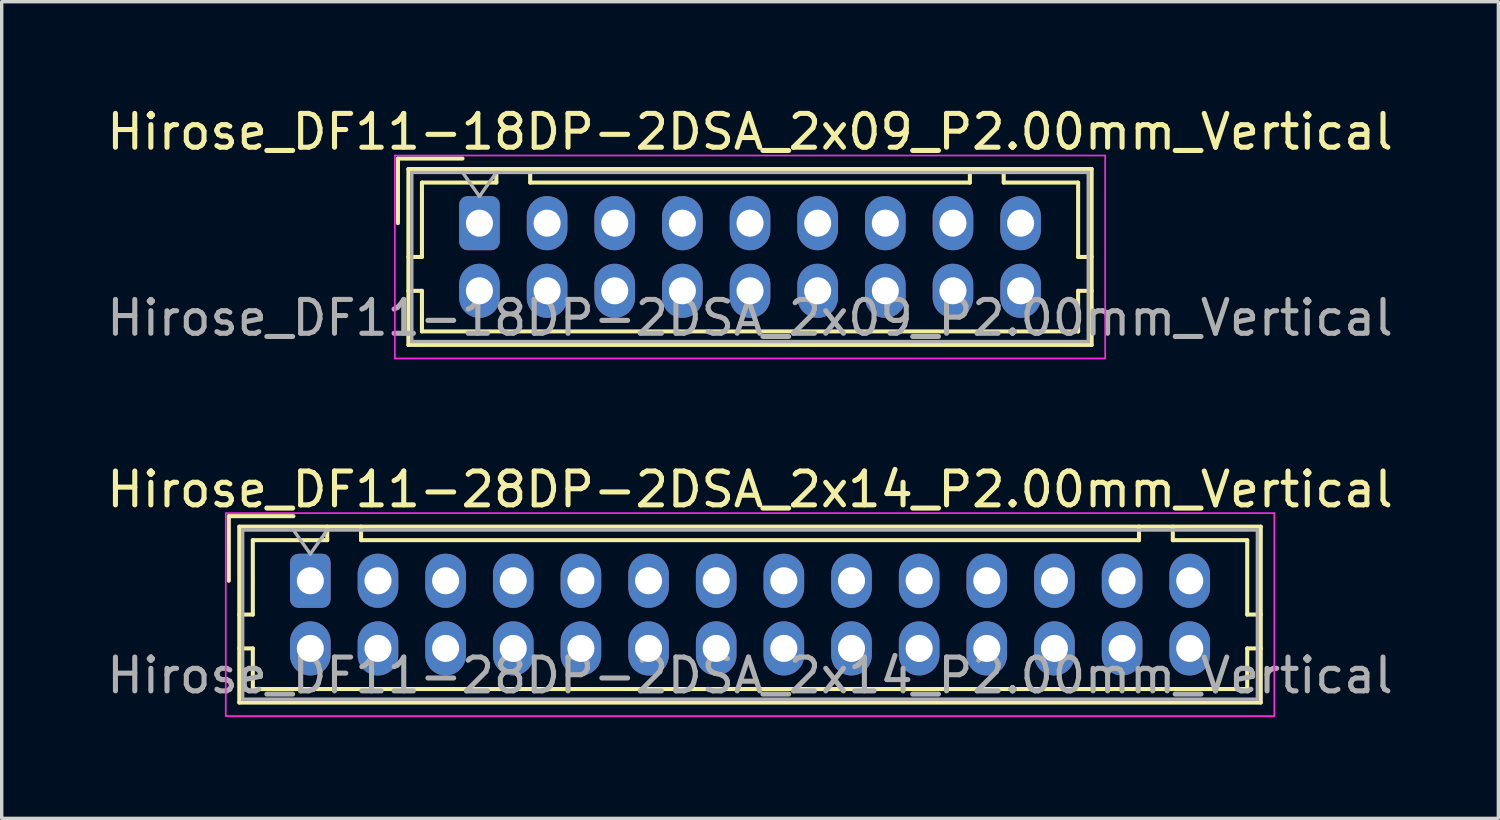
<source format=kicad_pcb>
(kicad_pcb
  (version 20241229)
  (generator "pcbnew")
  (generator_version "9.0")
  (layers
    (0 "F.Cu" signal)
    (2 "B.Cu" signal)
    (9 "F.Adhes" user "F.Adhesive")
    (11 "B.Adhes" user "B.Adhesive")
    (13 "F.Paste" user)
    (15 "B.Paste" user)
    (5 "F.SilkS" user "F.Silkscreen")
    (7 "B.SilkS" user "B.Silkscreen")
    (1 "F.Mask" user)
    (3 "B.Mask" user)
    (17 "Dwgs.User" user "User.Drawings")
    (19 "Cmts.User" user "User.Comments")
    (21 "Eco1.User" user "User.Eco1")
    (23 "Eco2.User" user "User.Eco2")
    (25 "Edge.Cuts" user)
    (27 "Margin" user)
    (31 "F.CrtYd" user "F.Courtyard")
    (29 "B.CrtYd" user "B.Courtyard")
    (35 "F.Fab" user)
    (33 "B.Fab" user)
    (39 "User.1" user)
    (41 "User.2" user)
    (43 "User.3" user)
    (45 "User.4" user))
  (footprint "Hirose_DF11-18DP-2DSA_2x09_P2.00mm_Vertical"
    (layer "F.Cu")
    (at 11.125 3.548)
    (property "Reference" "Hirose_DF11-18DP-2DSA_2x09_P2.00mm_Vertical" (at 8 -2.7 0) (layer "F.SilkS") (effects (font (size 1 1) (thickness 0.15))))
    (attr through_hole)
    (fp_line (start -2.41 -1.91) (end -0.5 -1.91) (stroke (width 0.12) (type solid)) (layer "F.SilkS"))
    (fp_line (start -2.41 0) (end -2.41 -1.91) (stroke (width 0.12) (type solid)) (layer "F.SilkS"))
    (fp_line (start -2.1 -1.6) (end -2.1 3.6) (stroke (width 0.12) (type solid)) (layer "F.SilkS"))
    (fp_line (start -2.1 1) (end -1.7 1) (stroke (width 0.12) (type solid)) (layer "F.SilkS"))
    (fp_line (start -2.1 2) (end -1.7 2) (stroke (width 0.12) (type solid)) (layer "F.SilkS"))
    (fp_line (start -2.1 3.6) (end 18.1 3.6) (stroke (width 0.12) (type solid)) (layer "F.SilkS"))
    (fp_line (start -1.7 -1.2) (end 0.5 -1.2) (stroke (width 0.12) (type solid)) (layer "F.SilkS"))
    (fp_line (start -1.7 1) (end -1.7 -1.2) (stroke (width 0.12) (type solid)) (layer "F.SilkS"))
    (fp_line (start -1.7 2) (end -1.7 3.2) (stroke (width 0.12) (type solid)) (layer "F.SilkS"))
    (fp_line (start -1.7 3.2) (end 17.7 3.2) (stroke (width 0.12) (type solid)) (layer "F.SilkS"))
    (fp_line (start 0.5 -1.2) (end 0.5 -1.6) (stroke (width 0.12) (type solid)) (layer "F.SilkS"))
    (fp_line (start 1.5 -1.6) (end 1.5 -1.2) (stroke (width 0.12) (type solid)) (layer "F.SilkS"))
    (fp_line (start 1.5 -1.2) (end 14.5 -1.2) (stroke (width 0.12) (type solid)) (layer "F.SilkS"))
    (fp_line (start 14.5 -1.2) (end 14.5 -1.6) (stroke (width 0.12) (type solid)) (layer "F.SilkS"))
    (fp_line (start 15.5 -1.2) (end 15.5 -1.6) (stroke (width 0.12) (type solid)) (layer "F.SilkS"))
    (fp_line (start 17.7 -1.2) (end 15.5 -1.2) (stroke (width 0.12) (type solid)) (layer "F.SilkS"))
    (fp_line (start 17.7 1) (end 17.7 -1.2) (stroke (width 0.12) (type solid)) (layer "F.SilkS"))
    (fp_line (start 17.7 2) (end 18.1 2) (stroke (width 0.12) (type solid)) (layer "F.SilkS"))
    (fp_line (start 17.7 3.2) (end 17.7 2) (stroke (width 0.12) (type solid)) (layer "F.SilkS"))
    (fp_line (start 18.1 -1.6) (end -2.1 -1.6) (stroke (width 0.12) (type solid)) (layer "F.SilkS"))
    (fp_line (start 18.1 1) (end 17.7 1) (stroke (width 0.12) (type solid)) (layer "F.SilkS"))
    (fp_line (start 18.1 3.6) (end 18.1 -1.6) (stroke (width 0.12) (type solid)) (layer "F.SilkS"))
    (fp_line (start -2.5 -2) (end -2.5 4) (stroke (width 0.05) (type solid)) (layer "F.CrtYd"))
    (fp_line (start -2.5 4) (end 18.5 4) (stroke (width 0.05) (type solid)) (layer "F.CrtYd"))
    (fp_line (start 18.5 -2) (end -2.5 -2) (stroke (width 0.05) (type solid)) (layer "F.CrtYd"))
    (fp_line (start 18.5 4) (end 18.5 -2) (stroke (width 0.05) (type solid)) (layer "F.CrtYd"))
    (fp_line (start -2 -1.5) (end -2 3.5) (stroke (width 0.1) (type solid)) (layer "F.Fab"))
    (fp_line (start -2 3.5) (end 18 3.5) (stroke (width 0.1) (type solid)) (layer "F.Fab"))
    (fp_line (start -0.5 -1.5) (end 0 -0.793) (stroke (width 0.1) (type solid)) (layer "F.Fab"))
    (fp_line (start 0 -0.793) (end 0.5 -1.5) (stroke (width 0.1) (type solid)) (layer "F.Fab"))
    (fp_line (start 18 -1.5) (end -2 -1.5) (stroke (width 0.1) (type solid)) (layer "F.Fab"))
    (fp_line (start 18 3.5) (end 18 -1.5) (stroke (width 0.1) (type solid)) (layer "F.Fab"))
    (fp_text user "${REFERENCE}" (at 8 2.8 0) (layer "F.Fab") (effects (font (size 1 1) (thickness 0.15))))
    (pad "1" thru_hole roundrect (at 0 0) (size 1.2 1.6) (drill 0.8) (layers "*.Cu" "*.Mask") (roundrect_rratio 0.208))
    (pad "2" thru_hole oval (at 0 2) (size 1.2 1.6) (drill 0.8) (layers "*.Cu" "*.Mask"))
    (pad "3" thru_hole oval (at 2 0) (size 1.2 1.6) (drill 0.8) (layers "*.Cu" "*.Mask"))
    (pad "4" thru_hole oval (at 2 2) (size 1.2 1.6) (drill 0.8) (layers "*.Cu" "*.Mask"))
    (pad "5" thru_hole oval (at 4 0) (size 1.2 1.6) (drill 0.8) (layers "*.Cu" "*.Mask"))
    (pad "6" thru_hole oval (at 4 2) (size 1.2 1.6) (drill 0.8) (layers "*.Cu" "*.Mask"))
    (pad "7" thru_hole oval (at 6 0) (size 1.2 1.6) (drill 0.8) (layers "*.Cu" "*.Mask"))
    (pad "8" thru_hole oval (at 6 2) (size 1.2 1.6) (drill 0.8) (layers "*.Cu" "*.Mask"))
    (pad "9" thru_hole oval (at 8 0) (size 1.2 1.6) (drill 0.8) (layers "*.Cu" "*.Mask"))
    (pad "10" thru_hole oval (at 8 2) (size 1.2 1.6) (drill 0.8) (layers "*.Cu" "*.Mask"))
    (pad "11" thru_hole oval (at 10 0) (size 1.2 1.6) (drill 0.8) (layers "*.Cu" "*.Mask"))
    (pad "12" thru_hole oval (at 10 2) (size 1.2 1.6) (drill 0.8) (layers "*.Cu" "*.Mask"))
    (pad "13" thru_hole oval (at 12 0) (size 1.2 1.6) (drill 0.8) (layers "*.Cu" "*.Mask"))
    (pad "14" thru_hole oval (at 12 2) (size 1.2 1.6) (drill 0.8) (layers "*.Cu" "*.Mask"))
    (pad "15" thru_hole oval (at 14 0) (size 1.2 1.6) (drill 0.8) (layers "*.Cu" "*.Mask"))
    (pad "16" thru_hole oval (at 14 2) (size 1.2 1.6) (drill 0.8) (layers "*.Cu" "*.Mask"))
    (pad "17" thru_hole oval (at 16 0) (size 1.2 1.6) (drill 0.8) (layers "*.Cu" "*.Mask"))
    (pad "18" thru_hole oval (at 16 2) (size 1.2 1.6) (drill 0.8) (layers "*.Cu" "*.Mask")))
  (footprint "Hirose_DF11-28DP-2DSA_2x14_P2.00mm_Vertical"
    (layer "F.Cu")
    (at 6.125 14.121)
    (property "Reference" "Hirose_DF11-28DP-2DSA_2x14_P2.00mm_Vertical" (at 13 -2.7 0) (layer "F.SilkS") (effects (font (size 1 1) (thickness 0.15))))
    (attr through_hole)
    (fp_line (start -2.41 -1.91) (end -0.5 -1.91) (stroke (width 0.12) (type solid)) (layer "F.SilkS"))
    (fp_line (start -2.41 0) (end -2.41 -1.91) (stroke (width 0.12) (type solid)) (layer "F.SilkS"))
    (fp_line (start -2.1 -1.6) (end -2.1 3.6) (stroke (width 0.12) (type solid)) (layer "F.SilkS"))
    (fp_line (start -2.1 1) (end -1.7 1) (stroke (width 0.12) (type solid)) (layer "F.SilkS"))
    (fp_line (start -2.1 2) (end -1.7 2) (stroke (width 0.12) (type solid)) (layer "F.SilkS"))
    (fp_line (start -2.1 3.6) (end 28.1 3.6) (stroke (width 0.12) (type solid)) (layer "F.SilkS"))
    (fp_line (start -1.7 -1.2) (end 0.5 -1.2) (stroke (width 0.12) (type solid)) (layer "F.SilkS"))
    (fp_line (start -1.7 1) (end -1.7 -1.2) (stroke (width 0.12) (type solid)) (layer "F.SilkS"))
    (fp_line (start -1.7 2) (end -1.7 3.2) (stroke (width 0.12) (type solid)) (layer "F.SilkS"))
    (fp_line (start -1.7 3.2) (end 27.7 3.2) (stroke (width 0.12) (type solid)) (layer "F.SilkS"))
    (fp_line (start 0.5 -1.2) (end 0.5 -1.6) (stroke (width 0.12) (type solid)) (layer "F.SilkS"))
    (fp_line (start 1.5 -1.6) (end 1.5 -1.2) (stroke (width 0.12) (type solid)) (layer "F.SilkS"))
    (fp_line (start 1.5 -1.2) (end 24.5 -1.2) (stroke (width 0.12) (type solid)) (layer "F.SilkS"))
    (fp_line (start 24.5 -1.2) (end 24.5 -1.6) (stroke (width 0.12) (type solid)) (layer "F.SilkS"))
    (fp_line (start 25.5 -1.2) (end 25.5 -1.6) (stroke (width 0.12) (type solid)) (layer "F.SilkS"))
    (fp_line (start 27.7 -1.2) (end 25.5 -1.2) (stroke (width 0.12) (type solid)) (layer "F.SilkS"))
    (fp_line (start 27.7 1) (end 27.7 -1.2) (stroke (width 0.12) (type solid)) (layer "F.SilkS"))
    (fp_line (start 27.7 2) (end 28.1 2) (stroke (width 0.12) (type solid)) (layer "F.SilkS"))
    (fp_line (start 27.7 3.2) (end 27.7 2) (stroke (width 0.12) (type solid)) (layer "F.SilkS"))
    (fp_line (start 28.1 -1.6) (end -2.1 -1.6) (stroke (width 0.12) (type solid)) (layer "F.SilkS"))
    (fp_line (start 28.1 1) (end 27.7 1) (stroke (width 0.12) (type solid)) (layer "F.SilkS"))
    (fp_line (start 28.1 3.6) (end 28.1 -1.6) (stroke (width 0.12) (type solid)) (layer "F.SilkS"))
    (fp_line (start -2.5 -2) (end -2.5 4) (stroke (width 0.05) (type solid)) (layer "F.CrtYd"))
    (fp_line (start -2.5 4) (end 28.5 4) (stroke (width 0.05) (type solid)) (layer "F.CrtYd"))
    (fp_line (start 28.5 -2) (end -2.5 -2) (stroke (width 0.05) (type solid)) (layer "F.CrtYd"))
    (fp_line (start 28.5 4) (end 28.5 -2) (stroke (width 0.05) (type solid)) (layer "F.CrtYd"))
    (fp_line (start -2 -1.5) (end -2 3.5) (stroke (width 0.1) (type solid)) (layer "F.Fab"))
    (fp_line (start -2 3.5) (end 28 3.5) (stroke (width 0.1) (type solid)) (layer "F.Fab"))
    (fp_line (start -0.5 -1.5) (end 0 -0.793) (stroke (width 0.1) (type solid)) (layer "F.Fab"))
    (fp_line (start 0 -0.793) (end 0.5 -1.5) (stroke (width 0.1) (type solid)) (layer "F.Fab"))
    (fp_line (start 28 -1.5) (end -2 -1.5) (stroke (width 0.1) (type solid)) (layer "F.Fab"))
    (fp_line (start 28 3.5) (end 28 -1.5) (stroke (width 0.1) (type solid)) (layer "F.Fab"))
    (fp_text user "${REFERENCE}" (at 13 2.8 0) (layer "F.Fab") (effects (font (size 1 1) (thickness 0.15))))
    (pad "1" thru_hole roundrect (at 0 0) (size 1.2 1.6) (drill 0.8) (layers "*.Cu" "*.Mask") (roundrect_rratio 0.208))
    (pad "2" thru_hole oval (at 0 2) (size 1.2 1.6) (drill 0.8) (layers "*.Cu" "*.Mask"))
    (pad "3" thru_hole oval (at 2 0) (size 1.2 1.6) (drill 0.8) (layers "*.Cu" "*.Mask"))
    (pad "4" thru_hole oval (at 2 2) (size 1.2 1.6) (drill 0.8) (layers "*.Cu" "*.Mask"))
    (pad "5" thru_hole oval (at 4 0) (size 1.2 1.6) (drill 0.8) (layers "*.Cu" "*.Mask"))
    (pad "6" thru_hole oval (at 4 2) (size 1.2 1.6) (drill 0.8) (layers "*.Cu" "*.Mask"))
    (pad "7" thru_hole oval (at 6 0) (size 1.2 1.6) (drill 0.8) (layers "*.Cu" "*.Mask"))
    (pad "8" thru_hole oval (at 6 2) (size 1.2 1.6) (drill 0.8) (layers "*.Cu" "*.Mask"))
    (pad "9" thru_hole oval (at 8 0) (size 1.2 1.6) (drill 0.8) (layers "*.Cu" "*.Mask"))
    (pad "10" thru_hole oval (at 8 2) (size 1.2 1.6) (drill 0.8) (layers "*.Cu" "*.Mask"))
    (pad "11" thru_hole oval (at 10 0) (size 1.2 1.6) (drill 0.8) (layers "*.Cu" "*.Mask"))
    (pad "12" thru_hole oval (at 10 2) (size 1.2 1.6) (drill 0.8) (layers "*.Cu" "*.Mask"))
    (pad "13" thru_hole oval (at 12 0) (size 1.2 1.6) (drill 0.8) (layers "*.Cu" "*.Mask"))
    (pad "14" thru_hole oval (at 12 2) (size 1.2 1.6) (drill 0.8) (layers "*.Cu" "*.Mask"))
    (pad "15" thru_hole oval (at 14 0) (size 1.2 1.6) (drill 0.8) (layers "*.Cu" "*.Mask"))
    (pad "16" thru_hole oval (at 14 2) (size 1.2 1.6) (drill 0.8) (layers "*.Cu" "*.Mask"))
    (pad "17" thru_hole oval (at 16 0) (size 1.2 1.6) (drill 0.8) (layers "*.Cu" "*.Mask"))
    (pad "18" thru_hole oval (at 16 2) (size 1.2 1.6) (drill 0.8) (layers "*.Cu" "*.Mask"))
    (pad "19" thru_hole oval (at 18 0) (size 1.2 1.6) (drill 0.8) (layers "*.Cu" "*.Mask"))
    (pad "20" thru_hole oval (at 18 2) (size 1.2 1.6) (drill 0.8) (layers "*.Cu" "*.Mask"))
    (pad "21" thru_hole oval (at 20 0) (size 1.2 1.6) (drill 0.8) (layers "*.Cu" "*.Mask"))
    (pad "22" thru_hole oval (at 20 2) (size 1.2 1.6) (drill 0.8) (layers "*.Cu" "*.Mask"))
    (pad "23" thru_hole oval (at 22 0) (size 1.2 1.6) (drill 0.8) (layers "*.Cu" "*.Mask"))
    (pad "24" thru_hole oval (at 22 2) (size 1.2 1.6) (drill 0.8) (layers "*.Cu" "*.Mask"))
    (pad "25" thru_hole oval (at 24 0) (size 1.2 1.6) (drill 0.8) (layers "*.Cu" "*.Mask"))
    (pad "26" thru_hole oval (at 24 2) (size 1.2 1.6) (drill 0.8) (layers "*.Cu" "*.Mask"))
    (pad "27" thru_hole oval (at 26 0) (size 1.2 1.6) (drill 0.8) (layers "*.Cu" "*.Mask"))
    (pad "28" thru_hole oval (at 26 2) (size 1.2 1.6) (drill 0.8) (layers "*.Cu" "*.Mask")))
  (gr_rect
    (start -3 -3)
    (end 41.25 21.146)
    (stroke (width 0.1) (type default))
    (fill no)
    (layer "Edge.Cuts")))
</source>
